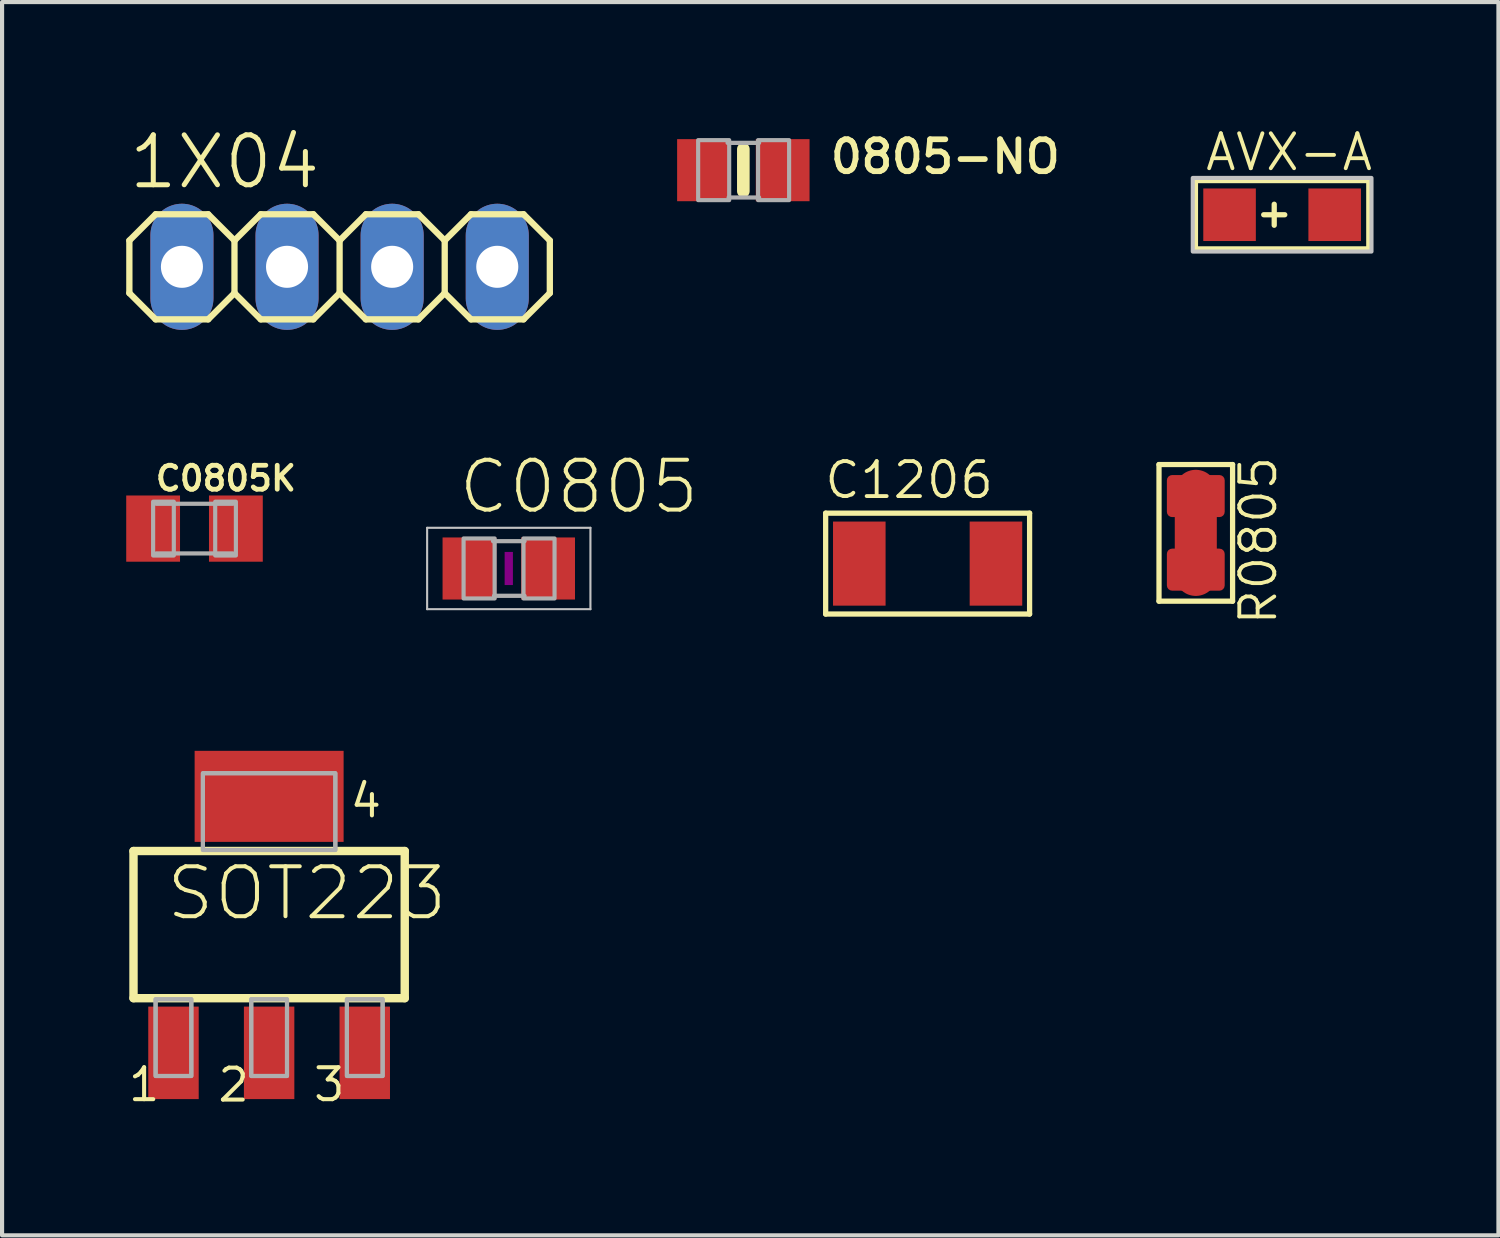
<source format=kicad_pcb>
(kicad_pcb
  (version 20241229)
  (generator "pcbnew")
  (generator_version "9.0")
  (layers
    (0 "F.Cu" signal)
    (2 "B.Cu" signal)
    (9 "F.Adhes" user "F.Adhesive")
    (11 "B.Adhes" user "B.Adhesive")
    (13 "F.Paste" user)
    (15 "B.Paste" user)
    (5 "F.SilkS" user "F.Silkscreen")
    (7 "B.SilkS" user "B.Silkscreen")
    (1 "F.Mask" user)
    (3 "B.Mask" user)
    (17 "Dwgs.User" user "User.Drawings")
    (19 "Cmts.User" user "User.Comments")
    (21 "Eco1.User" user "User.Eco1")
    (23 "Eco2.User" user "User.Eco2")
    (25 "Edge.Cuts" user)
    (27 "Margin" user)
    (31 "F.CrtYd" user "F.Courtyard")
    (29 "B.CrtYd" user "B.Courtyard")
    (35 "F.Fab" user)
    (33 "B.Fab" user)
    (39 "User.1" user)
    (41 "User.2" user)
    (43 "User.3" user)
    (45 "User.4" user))
  (footprint "AVX-A"
    (layer "F.Cu")
    (at 27.931 2.139)
    (property "Reference" "AVX-A" (at -1.905 -1.016 180) (layer "F.SilkS") (effects (font (size 0.845 0.845) (thickness 0.093)) (justify left bottom)))
    (attr through_hole)
    (fp_line (start -2.095 -0.826) (end 2.095 -0.826) (stroke (width 0.127) (type solid)) (layer "F.SilkS"))
    (fp_line (start -2.095 0.826) (end -2.095 -0.826) (stroke (width 0.127) (type solid)) (layer "F.SilkS"))
    (fp_line (start -0.445 0) (end 0.064 0) (stroke (width 0.127) (type solid)) (layer "F.SilkS"))
    (fp_line (start -0.191 0.254) (end -0.191 -0.254) (stroke (width 0.127) (type solid)) (layer "F.SilkS"))
    (fp_line (start 2.095 -0.826) (end 2.095 0.826) (stroke (width 0.127) (type solid)) (layer "F.SilkS"))
    (fp_line (start 2.095 0.826) (end -2.095 0.826) (stroke (width 0.127) (type solid)) (layer "F.SilkS"))
    (fp_poly (pts (xy -2.159 0.889) (xy 2.159 0.889) (xy 2.159 -0.889) (xy -2.159 -0.889)) (stroke (width 0.1) (type solid)) (fill no) (layer "Dwgs.User"))
    (pad "+" smd rect (at -1.27 0) (size 1.27 1.27) (layers "F.Cu" "F.Mask" "F.Paste"))
    (pad "-" smd rect (at 1.27 0 180) (size 1.27 1.27) (layers "F.Cu" "F.Mask" "F.Paste")))
  (footprint "R0805"
    (layer "F.Cu")
    (at 25.845 9.826)
    (property "Reference" "R0805" (at 1.016 -1.905 90) (layer "F.SilkS") (effects (font (size 0.845 0.845) (thickness 0.093)) (justify right top)))
    (attr through_hole)
    (fp_line (start 0 -1.016) (end 0 1.016) (stroke (width 1.016) (type solid)) (layer "F.Cu"))
    (fp_line (start -0.889 -1.651) (end 0.889 -1.651) (stroke (width 0.127) (type solid)) (layer "F.SilkS"))
    (fp_line (start -0.889 1.651) (end -0.889 -1.651) (stroke (width 0.127) (type solid)) (layer "F.SilkS"))
    (fp_line (start 0.889 -1.651) (end 0.889 1.651) (stroke (width 0.127) (type solid)) (layer "F.SilkS"))
    (fp_line (start 0.889 1.651) (end -0.889 1.651) (stroke (width 0.127) (type solid)) (layer "F.SilkS"))
    (pad "1" smd roundrect (at 0 -0.889 270) (size 1.016 1.397) (layers "F.Cu" "F.Mask" "F.Paste") (roundrect_rratio 0.125))
    (pad "2" smd roundrect (at 0 0.889 270) (size 1.016 1.397) (layers "F.Cu" "F.Mask" "F.Paste") (roundrect_rratio 0.125)))
  (footprint "C0805K"
    (layer "F.Cu")
    (at 1.65 9.723)
    (property "Reference" "C0805K" (at -1 -0.875 180) (layer "F.SilkS") (effects (font (size 0.579 0.579) (thickness 0.116)) (justify left bottom)))
    (attr through_hole)
    (fp_line (start -0.925 -0.6) (end 0.925 -0.6) (stroke (width 0.102) (type solid)) (layer "F.Fab"))
    (fp_line (start 0.925 0.6) (end -0.925 0.6) (stroke (width 0.102) (type solid)) (layer "F.Fab"))
    (fp_poly (pts (xy -1 0.65) (xy -0.5 0.65) (xy -0.5 -0.65) (xy -1 -0.65)) (stroke (width 0.1) (type solid)) (fill no) (layer "F.Fab"))
    (fp_poly (pts (xy 0.5 0.65) (xy 1 0.65) (xy 1 -0.65) (xy 0.5 -0.65)) (stroke (width 0.1) (type solid)) (fill no) (layer "F.Fab"))
    (pad "1" smd rect (at -1 0) (size 1.3 1.6) (layers "F.Cu" "F.Mask" "F.Paste"))
    (pad "2" smd rect (at 1 0) (size 1.3 1.6) (layers "F.Cu" "F.Mask" "F.Paste")))
  (footprint "C0805"
    (layer "F.Cu")
    (at 9.244 10.687)
    (property "Reference" "C0805" (at -1.27 -1.27 0) (layer "F.SilkS") (effects (font (size 1.206 1.206) (thickness 0.097)) (justify left bottom)))
    (attr through_hole)
    (fp_poly (pts (xy -0.1 0.4) (xy 0.1 0.4) (xy 0.1 -0.4) (xy -0.1 -0.4)) (stroke (width 0) (type solid)) (fill yes) (layer "F.Adhes"))
    (fp_line (start -1.973 -0.983) (end 1.973 -0.983) (stroke (width 0.051) (type solid)) (layer "Dwgs.User"))
    (fp_line (start -1.973 0.983) (end -1.973 -0.983) (stroke (width 0.051) (type solid)) (layer "Dwgs.User"))
    (fp_line (start 1.973 -0.983) (end 1.973 0.983) (stroke (width 0.051) (type solid)) (layer "Dwgs.User"))
    (fp_line (start 1.973 0.983) (end -1.973 0.983) (stroke (width 0.051) (type solid)) (layer "Dwgs.User"))
    (fp_line (start -0.381 -0.66) (end 0.381 -0.66) (stroke (width 0.102) (type solid)) (layer "F.Fab"))
    (fp_line (start -0.356 0.66) (end 0.381 0.66) (stroke (width 0.102) (type solid)) (layer "F.Fab"))
    (fp_poly (pts (xy -1.092 0.724) (xy -0.342 0.724) (xy -0.342 -0.726) (xy -1.092 -0.726)) (stroke (width 0.1) (type solid)) (fill no) (layer "F.Fab"))
    (fp_poly (pts (xy 0.356 0.724) (xy 1.106 0.724) (xy 1.106 -0.726) (xy 0.356 -0.726)) (stroke (width 0.1) (type solid)) (fill no) (layer "F.Fab"))
    (pad "1" smd rect (at -0.95 0) (size 1.3 1.5) (layers "F.Cu" "F.Mask" "F.Paste"))
    (pad "2" smd rect (at 0.95 0) (size 1.3 1.5) (layers "F.Cu" "F.Mask" "F.Paste")))
  (footprint "1X04"
    (layer "F.Cu")
    (at 5.156 3.397)
    (property "Reference" "1X04" (at -5.156 -1.829 0) (layer "F.SilkS") (effects (font (size 1.206 1.206) (thickness 0.121)) (justify left bottom)))
    (attr through_hole)
    (fp_line (start -5.08 -0.635) (end -5.08 0.635) (stroke (width 0.152) (type solid)) (layer "F.SilkS"))
    (fp_line (start -5.08 0.635) (end -4.445 1.27) (stroke (width 0.152) (type solid)) (layer "F.SilkS"))
    (fp_line (start -4.445 -1.27) (end -5.08 -0.635) (stroke (width 0.152) (type solid)) (layer "F.SilkS"))
    (fp_line (start -4.445 -1.27) (end -3.175 -1.27) (stroke (width 0.152) (type solid)) (layer "F.SilkS"))
    (fp_line (start -3.175 -1.27) (end -2.54 -0.635) (stroke (width 0.152) (type solid)) (layer "F.SilkS"))
    (fp_line (start -3.175 1.27) (end -4.445 1.27) (stroke (width 0.152) (type solid)) (layer "F.SilkS"))
    (fp_line (start -2.54 -0.635) (end -2.54 0.635) (stroke (width 0.152) (type solid)) (layer "F.SilkS"))
    (fp_line (start -2.54 -0.635) (end -1.905 -1.27) (stroke (width 0.152) (type solid)) (layer "F.SilkS"))
    (fp_line (start -2.54 0.635) (end -3.175 1.27) (stroke (width 0.152) (type solid)) (layer "F.SilkS"))
    (fp_line (start -1.905 -1.27) (end -0.635 -1.27) (stroke (width 0.152) (type solid)) (layer "F.SilkS"))
    (fp_line (start -1.905 1.27) (end -2.54 0.635) (stroke (width 0.152) (type solid)) (layer "F.SilkS"))
    (fp_line (start -0.635 -1.27) (end 0 -0.635) (stroke (width 0.152) (type solid)) (layer "F.SilkS"))
    (fp_line (start -0.635 1.27) (end -1.905 1.27) (stroke (width 0.152) (type solid)) (layer "F.SilkS"))
    (fp_line (start 0 -0.635) (end 0 0.635) (stroke (width 0.152) (type solid)) (layer "F.SilkS"))
    (fp_line (start 0 -0.635) (end 0.635 -1.27) (stroke (width 0.152) (type solid)) (layer "F.SilkS"))
    (fp_line (start 0 0.635) (end -0.635 1.27) (stroke (width 0.152) (type solid)) (layer "F.SilkS"))
    (fp_line (start 0.635 -1.27) (end 1.905 -1.27) (stroke (width 0.152) (type solid)) (layer "F.SilkS"))
    (fp_line (start 0.635 1.27) (end 0 0.635) (stroke (width 0.152) (type solid)) (layer "F.SilkS"))
    (fp_line (start 1.905 -1.27) (end 2.54 -0.635) (stroke (width 0.152) (type solid)) (layer "F.SilkS"))
    (fp_line (start 1.905 1.27) (end 0.635 1.27) (stroke (width 0.152) (type solid)) (layer "F.SilkS"))
    (fp_line (start 2.54 -0.635) (end 2.54 0.635) (stroke (width 0.152) (type solid)) (layer "F.SilkS"))
    (fp_line (start 2.54 0.635) (end 1.905 1.27) (stroke (width 0.152) (type solid)) (layer "F.SilkS"))
    (fp_line (start 2.54 0.635) (end 3.175 1.27) (stroke (width 0.152) (type solid)) (layer "F.SilkS"))
    (fp_line (start 3.175 -1.27) (end 2.54 -0.635) (stroke (width 0.152) (type solid)) (layer "F.SilkS"))
    (fp_line (start 3.175 -1.27) (end 4.445 -1.27) (stroke (width 0.152) (type solid)) (layer "F.SilkS"))
    (fp_line (start 4.445 -1.27) (end 5.08 -0.635) (stroke (width 0.152) (type solid)) (layer "F.SilkS"))
    (fp_line (start 4.445 1.27) (end 3.175 1.27) (stroke (width 0.152) (type solid)) (layer "F.SilkS"))
    (fp_line (start 5.08 -0.635) (end 5.08 0.635) (stroke (width 0.152) (type solid)) (layer "F.SilkS"))
    (fp_line (start 5.08 0.635) (end 4.445 1.27) (stroke (width 0.152) (type solid)) (layer "F.SilkS"))
    (fp_poly (pts (xy -4.064 0.254) (xy -3.556 0.254) (xy -3.556 -0.254) (xy -4.064 -0.254)) (stroke (width 0.1) (type solid)) (fill no) (layer "F.Fab"))
    (fp_poly (pts (xy -1.524 0.254) (xy -1.016 0.254) (xy -1.016 -0.254) (xy -1.524 -0.254)) (stroke (width 0.1) (type solid)) (fill no) (layer "F.Fab"))
    (fp_poly (pts (xy 1.016 0.254) (xy 1.524 0.254) (xy 1.524 -0.254) (xy 1.016 -0.254)) (stroke (width 0.1) (type solid)) (fill no) (layer "F.Fab"))
    (fp_poly (pts (xy 3.556 0.254) (xy 4.064 0.254) (xy 4.064 -0.254) (xy 3.556 -0.254)) (stroke (width 0.1) (type solid)) (fill no) (layer "F.Fab"))
    (pad "1" thru_hole oval (at -3.81 0 90) (size 3.048 1.524) (drill 1.016) (layers "*.Cu" "*.Mask"))
    (pad "2" thru_hole oval (at -1.27 0 90) (size 3.048 1.524) (drill 1.016) (layers "*.Cu" "*.Mask"))
    (pad "3" thru_hole oval (at 1.27 0 90) (size 3.048 1.524) (drill 1.016) (layers "*.Cu" "*.Mask"))
    (pad "4" thru_hole oval (at 3.81 0 90) (size 3.048 1.524) (drill 1.016) (layers "*.Cu" "*.Mask")))
  (footprint "C1206"
    (layer "F.Cu")
    (at 19.365 10.569)
    (property "Reference" "C1206" (at -2.54 -1.524 0) (layer "F.SilkS") (effects (font (size 0.845 0.845) (thickness 0.093)) (justify left bottom)))
    (attr through_hole)
    (fp_line (start -2.464 -1.219) (end 2.464 -1.219) (stroke (width 0.127) (type solid)) (layer "F.SilkS"))
    (fp_line (start -2.464 1.219) (end -2.464 -1.219) (stroke (width 0.127) (type solid)) (layer "F.SilkS"))
    (fp_line (start 2.464 -1.219) (end 2.464 1.219) (stroke (width 0.127) (type solid)) (layer "F.SilkS"))
    (fp_line (start 2.464 1.219) (end -2.464 1.219) (stroke (width 0.127) (type solid)) (layer "F.SilkS"))
    (pad "1" smd rect (at -1.651 0) (size 1.27 2.032) (layers "F.Cu" "F.Mask" "F.Paste"))
    (pad "2" smd rect (at 1.651 0) (size 1.27 2.032) (layers "F.Cu" "F.Mask" "F.Paste")))
  (footprint "0805-NO"
    (layer "F.Cu")
    (at 14.912 1.062)
    (property "Reference" "0805-NO" (at 2.032 0.127 0) (layer "F.SilkS") (effects (font (size 0.772 0.772) (thickness 0.139)) (justify left bottom)))
    (attr through_hole)
    (fp_line (start 0 -0.508) (end 0 0.508) (stroke (width 0.305) (type solid)) (layer "F.SilkS"))
    (fp_line (start -0.381 -0.66) (end 0.381 -0.66) (stroke (width 0.102) (type solid)) (layer "F.Fab"))
    (fp_line (start -0.356 0.66) (end 0.381 0.66) (stroke (width 0.102) (type solid)) (layer "F.Fab"))
    (fp_poly (pts (xy -1.092 0.724) (xy -0.342 0.724) (xy -0.342 -0.726) (xy -1.092 -0.726)) (stroke (width 0.1) (type solid)) (fill no) (layer "F.Fab"))
    (fp_poly (pts (xy 0.356 0.724) (xy 1.106 0.724) (xy 1.106 -0.726) (xy 0.356 -0.726)) (stroke (width 0.1) (type solid)) (fill no) (layer "F.Fab"))
    (pad "1" smd rect (at -0.95 0) (size 1.3 1.5) (layers "F.Cu" "F.Mask" "F.Paste"))
    (pad "2" smd rect (at 0.95 0) (size 1.3 1.5) (layers "F.Cu" "F.Mask" "F.Paste")))
  (footprint "SOT223"
    (layer "F.Cu")
    (at 3.453 19.292)
    (property "Reference" "SOT223" (at -2.54 -0.051 0) (layer "F.SilkS") (effects (font (size 1.206 1.206) (thickness 0.097)) (justify left bottom)))
    (attr through_hole)
    (fp_line (start -3.277 -1.778) (end 3.277 -1.778) (stroke (width 0.203) (type solid)) (layer "F.SilkS"))
    (fp_line (start -3.277 1.778) (end -3.277 -1.778) (stroke (width 0.203) (type solid)) (layer "F.SilkS"))
    (fp_line (start 3.277 -1.778) (end 3.277 1.778) (stroke (width 0.203) (type solid)) (layer "F.SilkS"))
    (fp_line (start 3.277 1.778) (end -3.277 1.778) (stroke (width 0.203) (type solid)) (layer "F.SilkS"))
    (fp_poly (pts (xy -2.743 3.658) (xy -1.88 3.658) (xy -1.88 1.803) (xy -2.743 1.803)) (stroke (width 0.1) (type solid)) (fill no) (layer "F.Fab"))
    (fp_poly (pts (xy -2.743 3.658) (xy -1.88 3.658) (xy -1.88 1.803) (xy -2.743 1.803)) (stroke (width 0.1) (type solid)) (fill no) (layer "F.Fab"))
    (fp_poly (pts (xy -1.6 -1.803) (xy 1.6 -1.803) (xy 1.6 -3.658) (xy -1.6 -3.658)) (stroke (width 0.1) (type solid)) (fill no) (layer "F.Fab"))
    (fp_poly (pts (xy -1.6 -1.803) (xy 1.6 -1.803) (xy 1.6 -3.658) (xy -1.6 -3.658)) (stroke (width 0.1) (type solid)) (fill no) (layer "F.Fab"))
    (fp_poly (pts (xy -0.432 3.658) (xy 0.432 3.658) (xy 0.432 1.803) (xy -0.432 1.803)) (stroke (width 0.1) (type solid)) (fill no) (layer "F.Fab"))
    (fp_poly (pts (xy -0.432 3.658) (xy 0.432 3.658) (xy 0.432 1.803) (xy -0.432 1.803)) (stroke (width 0.1) (type solid)) (fill no) (layer "F.Fab"))
    (fp_poly (pts (xy 1.88 3.658) (xy 2.743 3.658) (xy 2.743 1.803) (xy 1.88 1.803)) (stroke (width 0.1) (type solid)) (fill no) (layer "F.Fab"))
    (fp_poly (pts (xy 1.88 3.658) (xy 2.743 3.658) (xy 2.743 1.803) (xy 1.88 1.803)) (stroke (width 0.1) (type solid)) (fill no) (layer "F.Fab"))
    (fp_text user "3" (at 1.021 4.318 0) (layer "F.SilkS") (effects (font (size 0.772 0.772) (thickness 0.098)) (justify left bottom)))
    (fp_text user "1" (at -3.453 4.318 0) (layer "F.SilkS") (effects (font (size 0.772 0.772) (thickness 0.098)) (justify left bottom)))
    (fp_text user "4" (at 1.905 -2.54 0) (layer "F.SilkS") (effects (font (size 0.772 0.772) (thickness 0.098)) (justify left bottom)))
    (fp_text user "2" (at -1.291 4.327 0) (layer "F.SilkS") (effects (font (size 0.772 0.772) (thickness 0.098)) (justify left bottom)))
    (pad "1" smd rect (at -2.311 3.099) (size 1.219 2.235) (layers "F.Cu" "F.Mask" "F.Paste"))
    (pad "2" smd rect (at 0 3.099) (size 1.219 2.235) (layers "F.Cu" "F.Mask" "F.Paste"))
    (pad "3" smd rect (at 2.311 3.099) (size 1.219 2.235) (layers "F.Cu" "F.Mask" "F.Paste"))
    (pad "4" smd rect (at 0 -3.099) (size 3.6 2.2) (layers "F.Cu" "F.Mask" "F.Paste")))
  (gr_rect
    (start -3 -3)
    (end 33.158 26.8)
    (stroke (width 0.1) (type default))
    (fill no)
    (layer "Edge.Cuts")))
</source>
